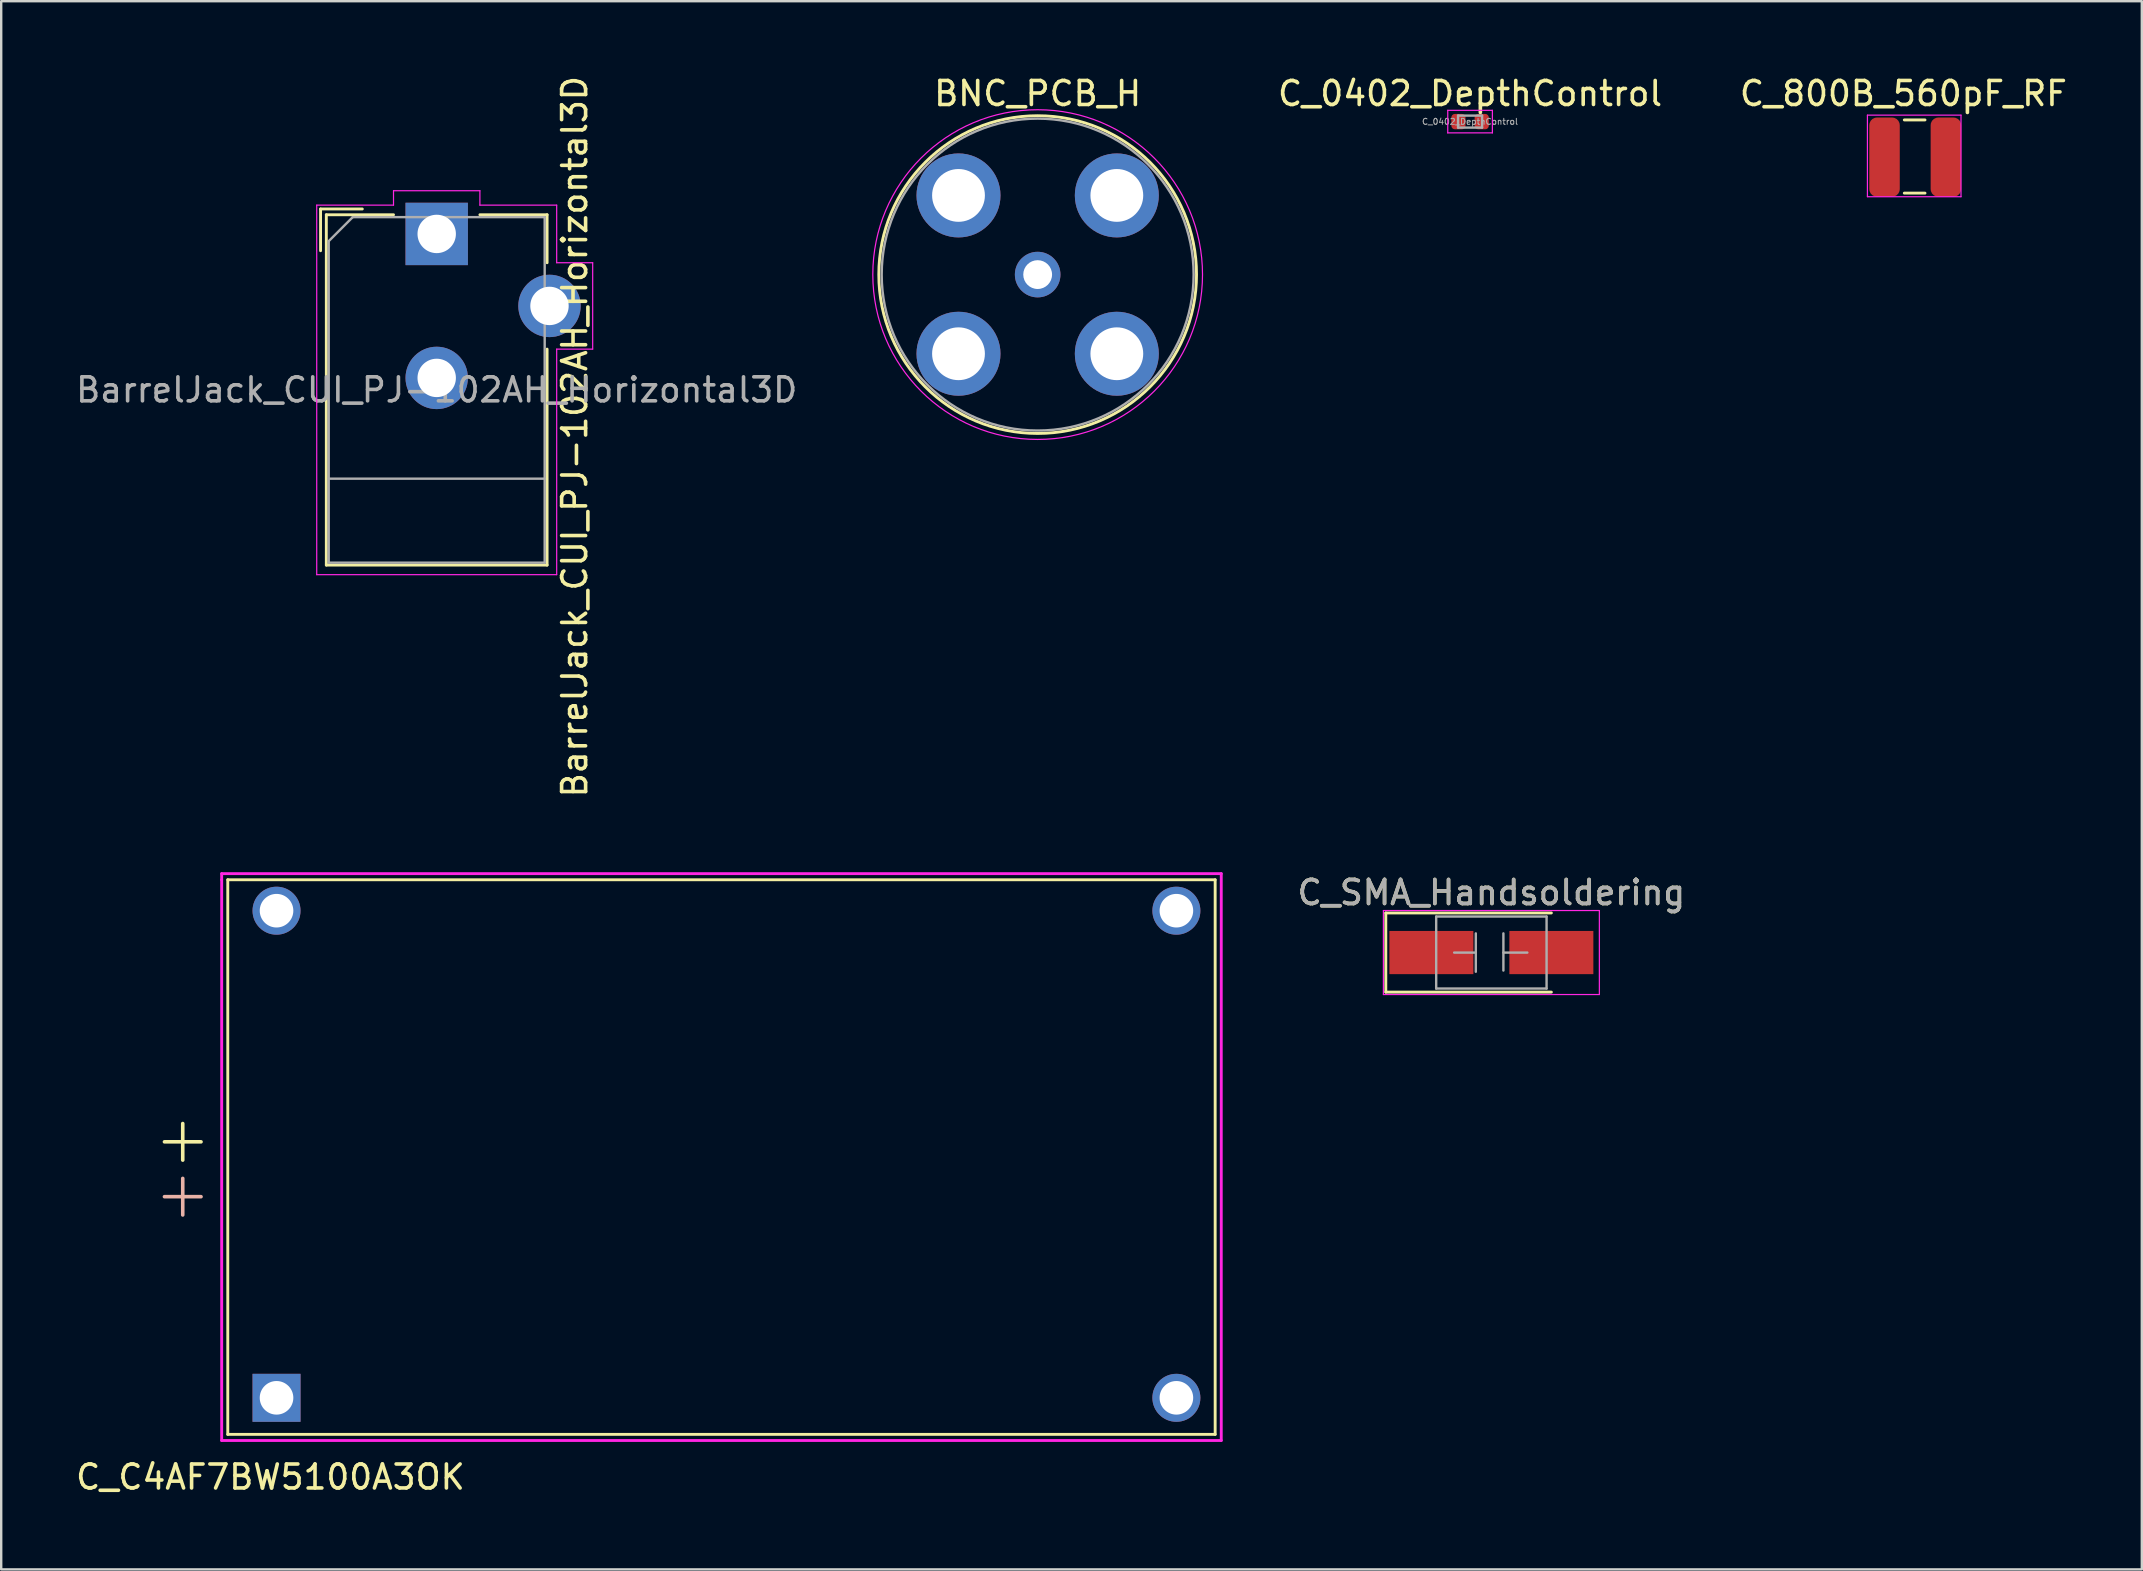
<source format=kicad_pcb>
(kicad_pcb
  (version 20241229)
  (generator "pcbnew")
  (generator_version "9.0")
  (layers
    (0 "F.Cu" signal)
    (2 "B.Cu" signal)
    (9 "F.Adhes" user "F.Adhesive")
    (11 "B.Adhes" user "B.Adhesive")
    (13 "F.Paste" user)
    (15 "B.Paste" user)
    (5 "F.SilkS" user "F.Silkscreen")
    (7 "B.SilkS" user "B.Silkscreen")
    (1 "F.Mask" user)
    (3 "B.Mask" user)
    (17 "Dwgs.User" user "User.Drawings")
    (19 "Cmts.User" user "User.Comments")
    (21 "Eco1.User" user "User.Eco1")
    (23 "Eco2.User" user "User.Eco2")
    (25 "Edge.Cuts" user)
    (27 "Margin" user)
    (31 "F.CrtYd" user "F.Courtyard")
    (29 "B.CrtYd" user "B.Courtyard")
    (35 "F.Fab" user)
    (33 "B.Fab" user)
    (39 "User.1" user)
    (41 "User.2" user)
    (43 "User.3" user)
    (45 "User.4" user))
  (footprint "C_0402_DepthControl"
    (layer "F.Cu")
    (at 58.213 2.018)
    (property "Reference" "C_0402_DepthControl" (at 0 -1.17 0) (layer "F.SilkS") (effects (font (size 1 1) (thickness 0.15))))
    (attr smd)
    (fp_poly (pts (xy -0.79 -0.35) (xy -0.79 0.36) (xy 0.79 0.36) (xy 0.79 -0.35)) (stroke (width 0.05) (type solid)) (fill no) (layer "Eco1.User"))
    (fp_line (start -0.93 -0.47) (end 0.93 -0.47) (stroke (width 0.05) (type solid)) (layer "F.CrtYd"))
    (fp_line (start -0.93 0.47) (end -0.93 -0.47) (stroke (width 0.05) (type solid)) (layer "F.CrtYd"))
    (fp_line (start 0.93 -0.47) (end 0.93 0.47) (stroke (width 0.05) (type solid)) (layer "F.CrtYd"))
    (fp_line (start 0.93 0.47) (end -0.93 0.47) (stroke (width 0.05) (type solid)) (layer "F.CrtYd"))
    (fp_line (start -0.5 -0.25) (end 0.5 -0.25) (stroke (width 0.1) (type solid)) (layer "F.Fab"))
    (fp_line (start -0.5 0.25) (end -0.5 -0.25) (stroke (width 0.1) (type solid)) (layer "F.Fab"))
    (fp_line (start 0.5 -0.25) (end 0.5 0.25) (stroke (width 0.1) (type solid)) (layer "F.Fab"))
    (fp_line (start 0.5 0.25) (end -0.5 0.25) (stroke (width 0.1) (type solid)) (layer "F.Fab"))
    (fp_text user "${REFERENCE}" (at 0 0 0) (layer "F.Fab") (effects (font (size 0.25 0.25) (thickness 0.04))))
    (pad "1" smd roundrect (at -0.485 0) (size 0.59 0.64) (layers "F.Cu" "F.Mask" "F.Paste") (roundrect_rratio 0.25))
    (pad "2" smd roundrect (at 0.485 0) (size 0.59 0.64) (layers "F.Cu" "F.Mask" "F.Paste") (roundrect_rratio 0.25)))
  (footprint "C_C4AF7BW5100A3OK"
    (layer "F.Cu")
    (at 8.474 55.202)
    (property "Reference" "C_C4AF7BW5100A3OK" (at -0.254 3.302 0) (layer "F.SilkS") (effects (font (size 1 1) (thickness 0.15))))
    (attr through_hole)
    (fp_line (start -2.032 -21.59) (end 39.116 -21.59) (stroke (width 0.12) (type solid)) (layer "F.SilkS"))
    (fp_line (start -2.032 1.524) (end -2.032 -21.59) (stroke (width 0.12) (type solid)) (layer "F.SilkS"))
    (fp_line (start 39.116 -21.59) (end 39.116 1.524) (stroke (width 0.12) (type solid)) (layer "F.SilkS"))
    (fp_line (start 39.116 1.524) (end -2.032 1.524) (stroke (width 0.12) (type solid)) (layer "F.SilkS"))
    (fp_line (start -2.286 -21.844) (end 39.37 -21.844) (stroke (width 0.12) (type solid)) (layer "F.CrtYd"))
    (fp_line (start -2.286 -21.59) (end -2.286 -21.844) (stroke (width 0.12) (type solid)) (layer "F.CrtYd"))
    (fp_line (start -2.286 1.778) (end -2.286 -21.59) (stroke (width 0.12) (type solid)) (layer "F.CrtYd"))
    (fp_line (start 39.37 -21.844) (end 39.37 1.778) (stroke (width 0.12) (type solid)) (layer "F.CrtYd"))
    (fp_line (start 39.37 1.778) (end -2.286 1.778) (stroke (width 0.12) (type solid)) (layer "F.CrtYd"))
    (fp_text user "+" (at -4.064 -10.668 90) (layer "F.SilkS") (effects (font (size 2 2) (thickness 0.15))))
    (fp_text user "+" (at -4.064 -8.382 90) (layer "B.SilkS") (effects (font (size 2 2) (thickness 0.15))))
    (pad "1" thru_hole circle (at 0 -20.3) (size 2 2) (drill 1.4) (layers "*.Cu" "*.Mask"))
    (pad "1" thru_hole rect (at 0 0) (size 2 2) (drill 1.4) (layers "*.Cu" "*.Mask"))
    (pad "2" thru_hole circle (at 37.5 -20.3) (size 2 2) (drill 1.4) (layers "*.Cu" "*.Mask"))
    (pad "2" thru_hole circle (at 37.5 0) (size 2 2) (drill 1.4) (layers "*.Cu" "*.Mask")))
  (footprint "C_800B_560pF_RF"
    (layer "F.Cu")
    (at 76.272 3.498)
    (property "Reference" "C_800B_560pF_RF" (at 0 -2.65 0) (layer "F.SilkS") (effects (font (size 1 1) (thickness 0.15))))
    (attr smd)
    (fp_line (start 0.037 -1.55) (end 0.9 -1.55) (stroke (width 0.12) (type solid)) (layer "F.SilkS"))
    (fp_line (start 0.037 1.5) (end 0.9 1.5) (stroke (width 0.12) (type solid)) (layer "F.SilkS"))
    (fp_line (start -1.5 -1.75) (end 2.4 -1.75) (stroke (width 0.05) (type solid)) (layer "F.CrtYd"))
    (fp_line (start -1.5 1.65) (end -1.5 -1.75) (stroke (width 0.05) (type solid)) (layer "F.CrtYd"))
    (fp_line (start 2.4 -1.75) (end 2.4 1.65) (stroke (width 0.05) (type solid)) (layer "F.CrtYd"))
    (fp_line (start 2.4 1.65) (end -1.5 1.65) (stroke (width 0.05) (type solid)) (layer "F.CrtYd"))
    (pad "1" smd roundrect (at -0.787 0) (size 1.27 3.3) (layers "F.Cu" "F.Mask" "F.Paste") (roundrect_rratio 0.25))
    (pad "2" smd roundrect (at 1.77 0) (size 1.27 3.3) (layers "F.Cu" "F.Mask" "F.Paste") (roundrect_rratio 0.25)))
  (footprint "C_SMA_Handsoldering"
    (layer "F.Cu")
    (at 59.101 36.646)
    (property "Reference" "C_SMA_Handsoldering" (at 0 -2.5 0) (layer "F.SilkS") (effects (font (size 1 1) (thickness 0.15))))
    (attr smd)
    (fp_line (start -4.4 -1.65) (end -4.4 1.65) (stroke (width 0.12) (type solid)) (layer "F.SilkS"))
    (fp_line (start -4.4 -1.65) (end 2.5 -1.65) (stroke (width 0.12) (type solid)) (layer "F.SilkS"))
    (fp_line (start -4.4 1.65) (end 2.5 1.65) (stroke (width 0.12) (type solid)) (layer "F.SilkS"))
    (fp_line (start -4.5 -1.75) (end 4.5 -1.75) (stroke (width 0.05) (type solid)) (layer "F.CrtYd"))
    (fp_line (start -4.5 1.75) (end -4.5 -1.75) (stroke (width 0.05) (type solid)) (layer "F.CrtYd"))
    (fp_line (start 4.5 -1.75) (end 4.5 1.75) (stroke (width 0.05) (type solid)) (layer "F.CrtYd"))
    (fp_line (start 4.5 1.75) (end -4.5 1.75) (stroke (width 0.05) (type solid)) (layer "F.CrtYd"))
    (fp_line (start -2.3 1.5) (end -2.3 -1.5) (stroke (width 0.1) (type solid)) (layer "F.Fab"))
    (fp_line (start -0.649 -0.799) (end -0.649 0.801) (stroke (width 0.1) (type solid)) (layer "F.Fab"))
    (fp_line (start -0.649 0.001) (end -1.551 0.001) (stroke (width 0.1) (type solid)) (layer "F.Fab"))
    (fp_line (start 0.501 0.001) (end 1.499 0.001) (stroke (width 0.1) (type solid)) (layer "F.Fab"))
    (fp_line (start 0.501 0.75) (end 0.501 -0.799) (stroke (width 0.1) (type solid)) (layer "F.Fab"))
    (fp_line (start 2.3 -1.5) (end -2.3 -1.5) (stroke (width 0.1) (type solid)) (layer "F.Fab"))
    (fp_line (start 2.3 -1.5) (end 2.3 1.5) (stroke (width 0.1) (type solid)) (layer "F.Fab"))
    (fp_line (start 2.3 1.5) (end -2.3 1.5) (stroke (width 0.1) (type solid)) (layer "F.Fab"))
    (fp_text user "${REFERENCE}" (at 0 -2.5 0) (layer "F.Fab") (effects (font (size 1 1) (thickness 0.15))))
    (pad "1" smd rect (at -2.5 0) (size 3.5 1.8) (layers "F.Cu" "F.Mask" "F.Paste"))
    (pad "2" smd rect (at 2.5 0) (size 3.5 1.8) (layers "F.Cu" "F.Mask" "F.Paste")))
  (footprint "BarrelJack_CUI_PJ-102AH_Horizontal3D"
    (layer "F.Cu")
    (at 15.149 6.699)
    (property "Reference" "BarrelJack_CUI_PJ-102AH_Horizontal3D" (at 5.75 8.45 90) (layer "F.SilkS") (effects (font (size 1 1) (thickness 0.15))))
    (attr through_hole)
    (fp_line (start -4.84 -1.04) (end -3.1 -1.04) (stroke (width 0.12) (type solid)) (layer "F.SilkS"))
    (fp_line (start -4.84 0.7) (end -4.84 -1.04) (stroke (width 0.12) (type solid)) (layer "F.SilkS"))
    (fp_line (start -4.6 -0.8) (end -1.8 -0.8) (stroke (width 0.12) (type solid)) (layer "F.SilkS"))
    (fp_line (start -4.6 13.8) (end -4.6 -0.8) (stroke (width 0.12) (type solid)) (layer "F.SilkS"))
    (fp_line (start 1.8 -0.8) (end 4.6 -0.8) (stroke (width 0.12) (type solid)) (layer "F.SilkS"))
    (fp_line (start 4.6 -0.8) (end 4.6 1.2) (stroke (width 0.12) (type solid)) (layer "F.SilkS"))
    (fp_line (start 4.6 4.8) (end 4.6 13.8) (stroke (width 0.12) (type solid)) (layer "F.SilkS"))
    (fp_line (start 4.6 13.8) (end -4.6 13.8) (stroke (width 0.12) (type solid)) (layer "F.SilkS"))
    (fp_line (start -5 -1.2) (end -1.8 -1.2) (stroke (width 0.05) (type solid)) (layer "F.CrtYd"))
    (fp_line (start -5 14.2) (end -5 -1.2) (stroke (width 0.05) (type solid)) (layer "F.CrtYd"))
    (fp_line (start -1.8 -1.8) (end 1.8 -1.8) (stroke (width 0.05) (type solid)) (layer "F.CrtYd"))
    (fp_line (start -1.8 -1.2) (end -1.8 -1.8) (stroke (width 0.05) (type solid)) (layer "F.CrtYd"))
    (fp_line (start 1.8 -1.8) (end 1.8 -1.2) (stroke (width 0.05) (type solid)) (layer "F.CrtYd"))
    (fp_line (start 1.8 -1.2) (end 5 -1.2) (stroke (width 0.05) (type solid)) (layer "F.CrtYd"))
    (fp_line (start 5 -1.2) (end 5 1.2) (stroke (width 0.05) (type solid)) (layer "F.CrtYd"))
    (fp_line (start 5 1.2) (end 6.5 1.2) (stroke (width 0.05) (type solid)) (layer "F.CrtYd"))
    (fp_line (start 5 4.8) (end 5 14.2) (stroke (width 0.05) (type solid)) (layer "F.CrtYd"))
    (fp_line (start 5 14.2) (end -5 14.2) (stroke (width 0.05) (type solid)) (layer "F.CrtYd"))
    (fp_line (start 6.5 1.2) (end 6.5 4.8) (stroke (width 0.05) (type solid)) (layer "F.CrtYd"))
    (fp_line (start 6.5 4.8) (end 5 4.8) (stroke (width 0.05) (type solid)) (layer "F.CrtYd"))
    (fp_line (start -4.5 0.3) (end -3.5 -0.7) (stroke (width 0.1) (type solid)) (layer "F.Fab"))
    (fp_line (start -4.5 10.2) (end 4.5 10.2) (stroke (width 0.1) (type solid)) (layer "F.Fab"))
    (fp_line (start -4.5 13.7) (end -4.5 0.3) (stroke (width 0.1) (type solid)) (layer "F.Fab"))
    (fp_line (start -3.5 -0.7) (end 4.5 -0.7) (stroke (width 0.1) (type solid)) (layer "F.Fab"))
    (fp_line (start 4.5 -0.7) (end 4.5 13.7) (stroke (width 0.1) (type solid)) (layer "F.Fab"))
    (fp_line (start 4.5 13.7) (end -4.5 13.7) (stroke (width 0.1) (type solid)) (layer "F.Fab"))
    (fp_text user "${REFERENCE}" (at 0 6.5 0) (layer "F.Fab") (effects (font (size 1 1) (thickness 0.15))))
    (pad "1" thru_hole rect (at 0 0) (size 2.6 2.6) (drill 1.6) (layers "*.Cu" "*.Mask"))
    (pad "2" thru_hole circle (at 0 6) (size 2.6 2.6) (drill 1.6) (layers "*.Cu" "*.Mask"))
    (pad "3" thru_hole circle (at 4.7 3) (size 2.6 2.6) (drill 1.6) (layers "*.Cu" "*.Mask")))
  (footprint "BNC_PCB_H"
    (layer "F.Cu")
    (at 40.193 8.393)
    (property "Reference" "BNC_PCB_H" (at 0 -7.545 0) (layer "F.SilkS") (effects (font (size 1 1) (thickness 0.15))))
    (attr through_hole)
    (fp_circle (center 0 0) (end 0 6.62) (stroke (width 0.12) (type solid)) (fill no) (layer "F.SilkS"))
    (fp_circle (center 0 0) (end 0 6.87) (stroke (width 0.05) (type solid)) (fill no) (layer "F.CrtYd"))
    (fp_circle (center 0 0) (end 0 6.5) (stroke (width 0.1) (type solid)) (fill no) (layer "F.Fab"))
    (pad "1" thru_hole circle (at 0 0) (size 1.9 1.9) (drill 1.2) (layers "*.Cu" "*.Mask"))
    (pad "2" thru_hole oval (at -3.299 -3.299) (size 3.5 3.5) (drill 2.2) (layers "*.Cu" "*.Mask"))
    (pad "2" thru_hole oval (at -3.299 3.299) (size 3.5 3.5) (drill 2.2) (layers "*.Cu" "*.Mask"))
    (pad "2" thru_hole oval (at 3.299 -3.299) (size 3.5 3.5) (drill 2.2) (layers "*.Cu" "*.Mask"))
    (pad "2" thru_hole oval (at 3.299 3.299) (size 3.5 3.5) (drill 2.2) (layers "*.Cu" "*.Mask")))
  (gr_rect
    (start -3 -3)
    (end 86.207 62.352)
    (stroke (width 0.1) (type default))
    (fill no)
    (layer "Edge.Cuts")))
</source>
